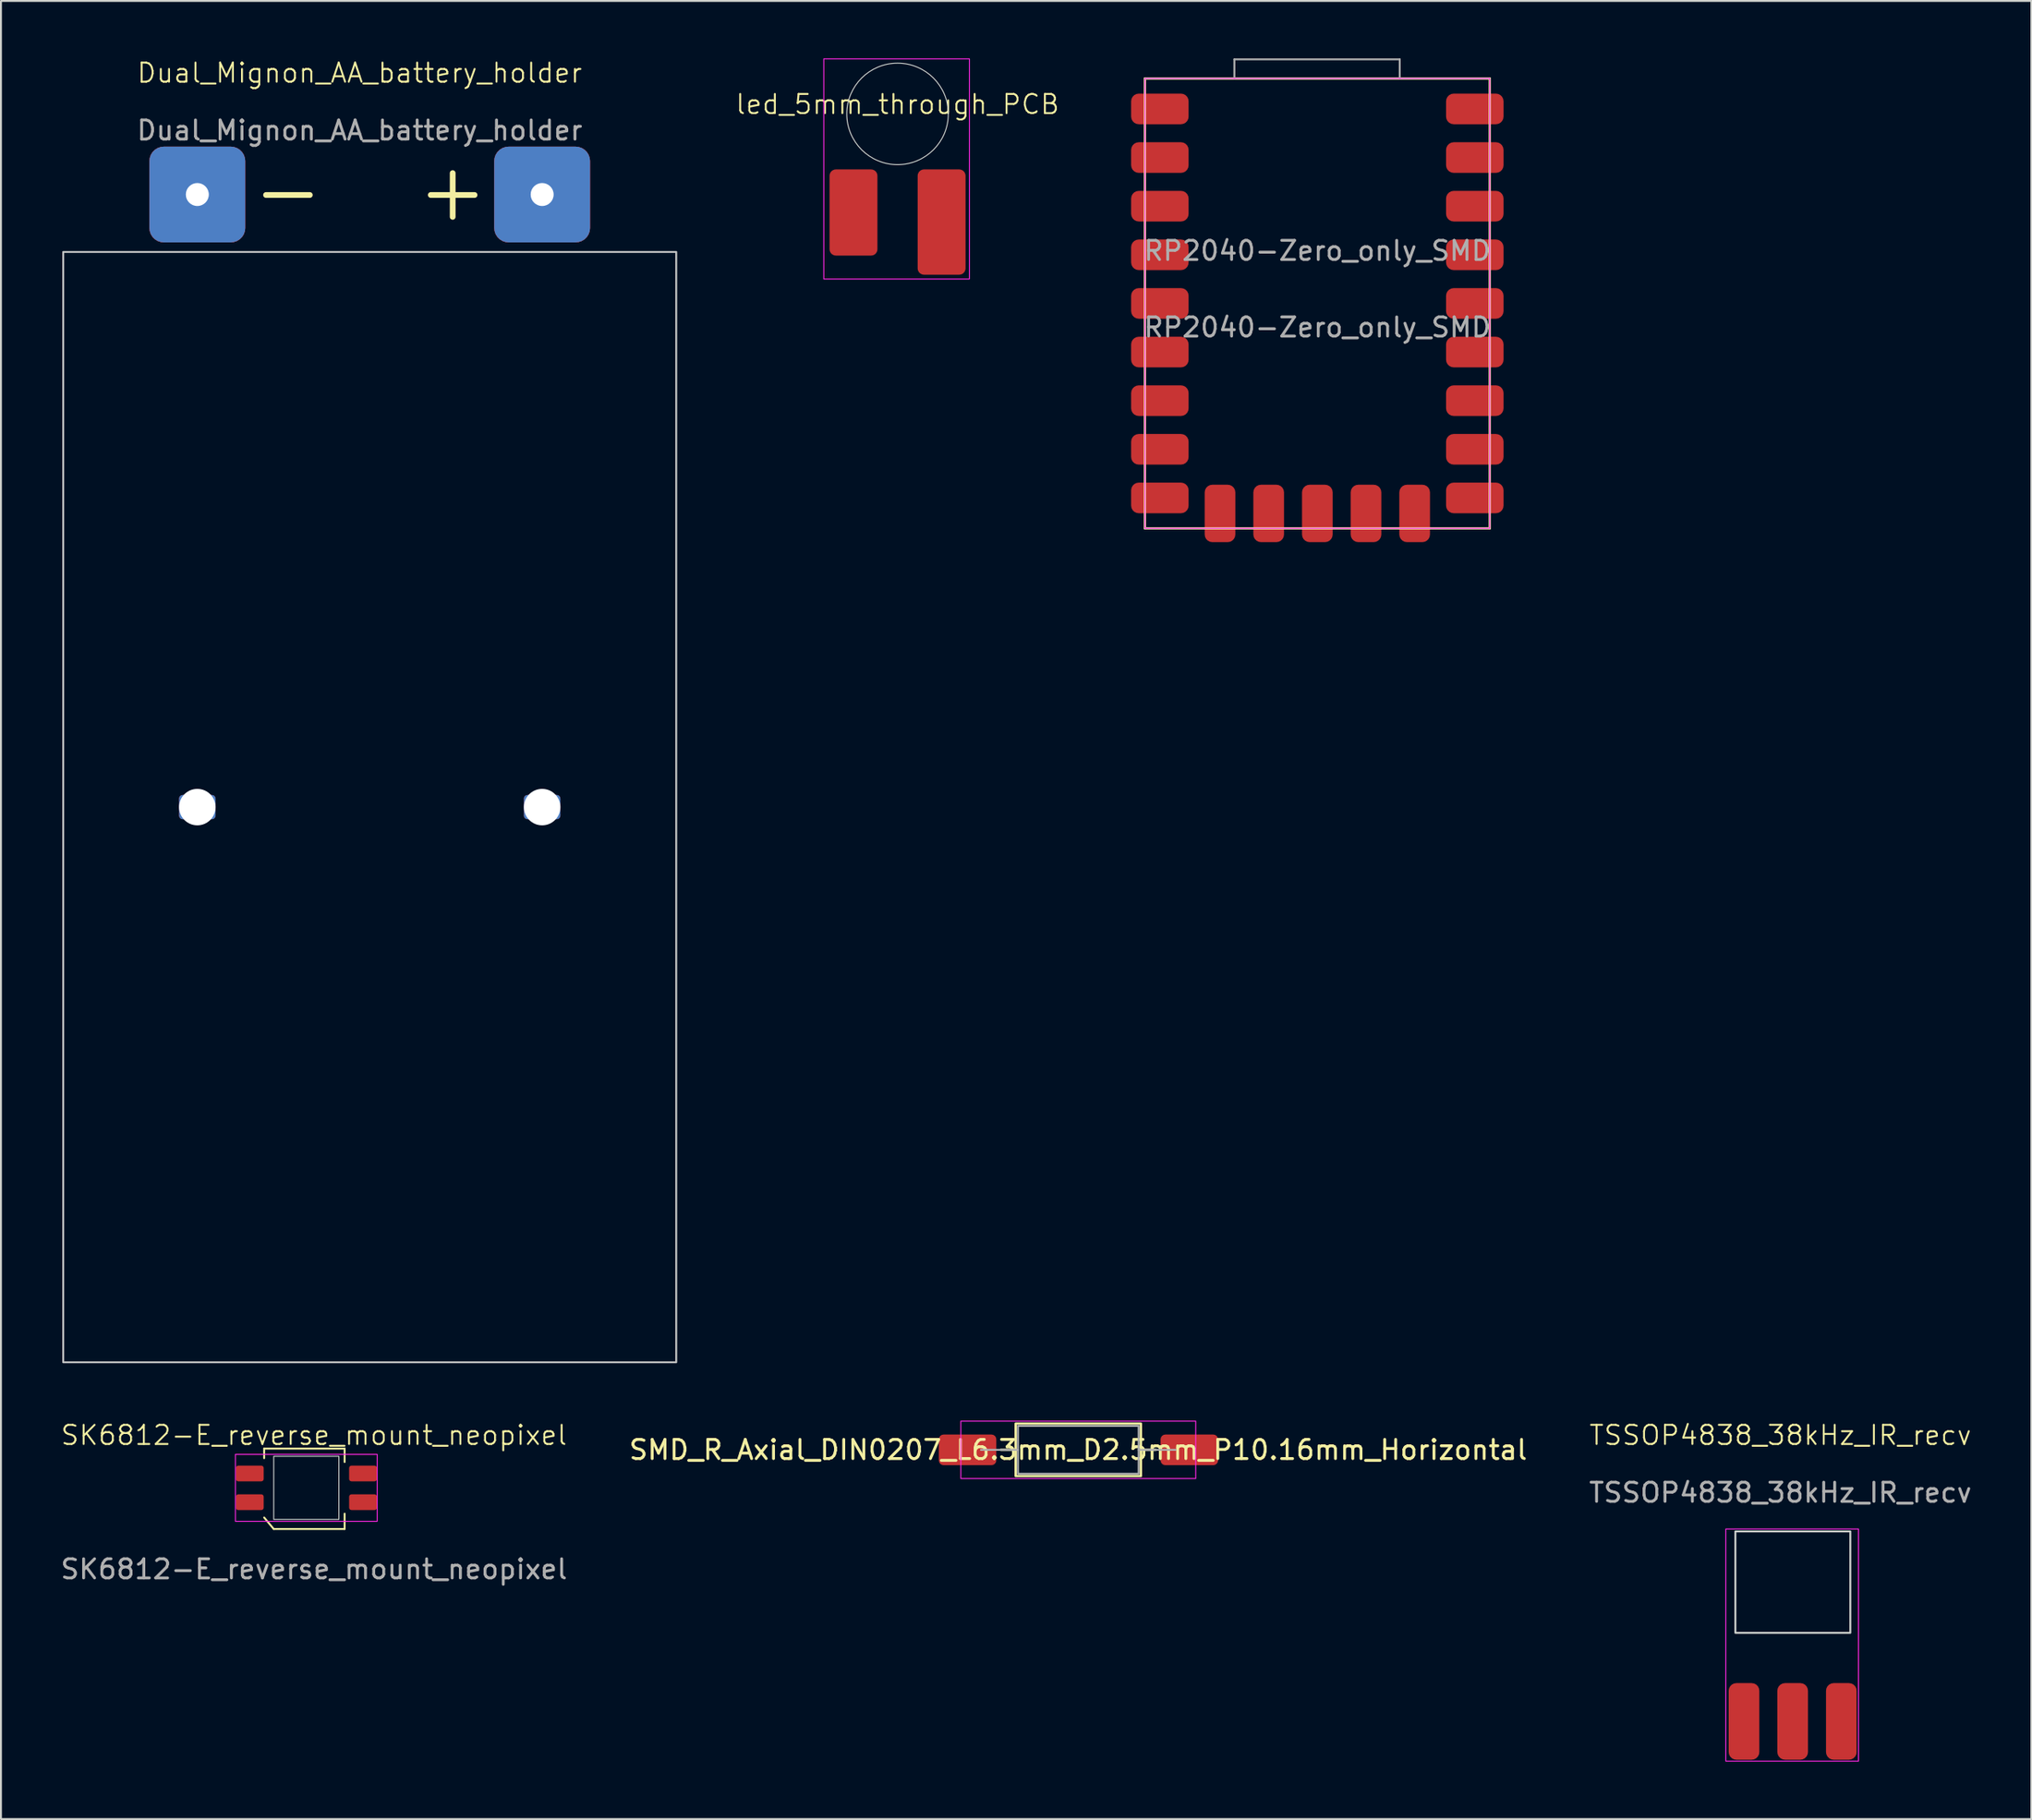
<source format=kicad_pcb>
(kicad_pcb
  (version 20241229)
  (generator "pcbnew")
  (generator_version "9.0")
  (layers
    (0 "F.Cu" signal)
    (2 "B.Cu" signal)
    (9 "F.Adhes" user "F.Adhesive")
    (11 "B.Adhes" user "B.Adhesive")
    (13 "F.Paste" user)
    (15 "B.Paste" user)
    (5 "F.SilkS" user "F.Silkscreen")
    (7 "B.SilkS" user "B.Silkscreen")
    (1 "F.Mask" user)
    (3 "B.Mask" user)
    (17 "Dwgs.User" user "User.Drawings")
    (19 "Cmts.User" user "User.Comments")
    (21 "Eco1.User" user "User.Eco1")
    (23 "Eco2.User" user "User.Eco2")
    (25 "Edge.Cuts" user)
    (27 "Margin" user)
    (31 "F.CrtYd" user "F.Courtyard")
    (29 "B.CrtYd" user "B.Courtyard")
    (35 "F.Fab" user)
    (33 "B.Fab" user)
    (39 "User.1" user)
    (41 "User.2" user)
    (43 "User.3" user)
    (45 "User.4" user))
  (footprint "Dual_Mignon_AA_battery_holder"
    (layer "F.Cu")
    (at 0.25 10.111)
    (property "Reference" "Dual_Mignon_AA_battery_holder" (at 15.475 -9.35 0) (unlocked yes) (layer "F.SilkS") (effects (font (size 1 1) (thickness 0.1))))
    (attr smd)
    (fp_rect (start 0 0) (end 32 58) (stroke (width 0.1) (type default)) (fill no) (layer "Dwgs.User"))
    (fp_text user "+" (at 18.275 -1.45 0) (unlocked yes) (layer "F.SilkS") (effects (font (size 3 3) (thickness 0.3)) (justify left bottom)))
    (fp_text user "-" (at 9.675 -1.45 0) (unlocked yes) (layer "F.SilkS") (effects (font (size 3 3) (thickness 0.3)) (justify left bottom)))
    (fp_text user "${REFERENCE}" (at 15.475 -6.35 0) (unlocked yes) (layer "F.Fab") (effects (font (size 1 1) (thickness 0.15))))
    (pad "" np_thru_hole roundrect (at 7 29) (size 1.905 1.27) (drill 3.3) (layers "*.Cu" "*.Mask") (roundrect_rratio 0.15))
    (pad "" np_thru_hole roundrect (at 25 29) (size 1.905 1.27) (drill 3.3) (layers "*.Cu" "*.Mask") (roundrect_rratio 0.15))
    (pad "1" thru_hole roundrect (at 25 -3) (size 5 5) (drill 1.2) (layers "*.Cu" "*.Mask") (roundrect_rratio 0.15))
    (pad "1" smd roundrect (at 25 -3) (size 5 5) (layers "F.Cu" "F.Mask" "F.Paste") (roundrect_rratio 0.15))
    (pad "2" thru_hole roundrect (at 7 -3) (size 5 5) (drill 1.2) (layers "*.Cu" "*.Mask") (roundrect_rratio 0.15))
    (pad "2" smd roundrect (at 7 -3) (size 5 5) (layers "F.Cu" "F.Mask" "F.Paste") (roundrect_rratio 0.15)))
  (footprint "RP2040-Zero_only_SMD"
    (layer "F.Cu")
    (at 55.555 25.5)
    (property "Reference" "RP2040-Zero_only_SMD" (at 10.16 -15.45 0) (unlocked yes) (layer "F.Fab") (effects (font (size 1 1) (thickness 0.15))))
    (attr through_hole)
    (fp_line (start 1.16 -24.45) (end 1.16 -0.95) (stroke (width 0.12) (type solid)) (layer "F.SilkS"))
    (fp_line (start 1.16 -0.95) (end 19.16 -0.95) (stroke (width 0.12) (type solid)) (layer "F.SilkS"))
    (fp_line (start 19.16 -24.45) (end 1.16 -24.45) (stroke (width 0.12) (type solid)) (layer "F.SilkS"))
    (fp_line (start 19.16 -0.95) (end 19.16 -24.45) (stroke (width 0.12) (type solid)) (layer "F.SilkS"))
    (fp_line (start 1.16 -24.45) (end 19.16 -24.45) (stroke (width 0.05) (type solid)) (layer "F.CrtYd"))
    (fp_line (start 1.16 -0.95) (end 1.16 -24.45) (stroke (width 0.05) (type solid)) (layer "F.CrtYd"))
    (fp_line (start 19.16 -24.45) (end 19.16 -0.95) (stroke (width 0.05) (type solid)) (layer "F.CrtYd"))
    (fp_line (start 19.16 -0.95) (end 1.16 -0.95) (stroke (width 0.05) (type solid)) (layer "F.CrtYd"))
    (fp_line (start 5.83 -25.45) (end 5.83 -24.45) (stroke (width 0.1) (type solid)) (layer "F.Fab"))
    (fp_line (start 5.83 -25.45) (end 14.46 -25.45) (stroke (width 0.1) (type solid)) (layer "F.Fab"))
    (fp_line (start 14.46 -25.45) (end 14.46 -24.45) (stroke (width 0.1) (type solid)) (layer "F.Fab"))
    (fp_text user "${REFERENCE}" (at 10.16 -11.45 0) (unlocked yes) (layer "F.Fab") (effects (font (size 1 1) (thickness 0.15))))
    (pad "1" smd roundrect (at 17.78 -22.86) (size 3 1.6) (drill (offset 0.6 0)) (layers "F.Cu" "F.Mask" "F.Paste") (roundrect_rratio 0.25))
    (pad "2" smd roundrect (at 17.78 -20.32) (size 3 1.6) (drill (offset 0.6 0)) (layers "F.Cu" "F.Mask" "F.Paste") (roundrect_rratio 0.25))
    (pad "3" smd roundrect (at 17.78 -17.78) (size 3 1.6) (drill (offset 0.6 0)) (layers "F.Cu" "F.Mask" "F.Paste") (roundrect_rratio 0.25))
    (pad "4" smd roundrect (at 17.78 -15.24) (size 3 1.6) (drill (offset 0.6 0)) (layers "F.Cu" "F.Mask" "F.Paste") (roundrect_rratio 0.25))
    (pad "5" smd roundrect (at 17.78 -12.7) (size 3 1.6) (drill (offset 0.6 0)) (layers "F.Cu" "F.Mask" "F.Paste") (roundrect_rratio 0.25))
    (pad "6" smd roundrect (at 17.78 -10.16) (size 3 1.6) (drill (offset 0.6 0)) (layers "F.Cu" "F.Mask" "F.Paste") (roundrect_rratio 0.25))
    (pad "7" smd roundrect (at 17.78 -7.62) (size 3 1.6) (drill (offset 0.6 0)) (layers "F.Cu" "F.Mask" "F.Paste") (roundrect_rratio 0.25))
    (pad "8" smd roundrect (at 17.78 -5.08) (size 3 1.6) (drill (offset 0.6 0)) (layers "F.Cu" "F.Mask" "F.Paste") (roundrect_rratio 0.25))
    (pad "9" smd roundrect (at 17.78 -2.54) (size 3 1.6) (drill (offset 0.6 0)) (layers "F.Cu" "F.Mask" "F.Paste") (roundrect_rratio 0.25))
    (pad "10" smd roundrect (at 15.24 -2.33) (size 1.6 3) (drill (offset 0 0.6)) (layers "F.Cu" "F.Mask" "F.Paste") (roundrect_rratio 0.25))
    (pad "11" smd roundrect (at 12.7 -2.33) (size 1.6 3) (drill (offset 0 0.6)) (layers "F.Cu" "F.Mask" "F.Paste") (roundrect_rratio 0.25))
    (pad "12" smd roundrect (at 10.16 -2.33) (size 1.6 3) (drill (offset 0 0.6)) (layers "F.Cu" "F.Mask" "F.Paste") (roundrect_rratio 0.25))
    (pad "13" smd roundrect (at 7.62 -2.33) (size 1.6 3) (drill (offset 0 0.6)) (layers "F.Cu" "F.Mask" "F.Paste") (roundrect_rratio 0.25))
    (pad "14" smd roundrect (at 5.08 -2.33) (size 1.6 3) (drill (offset 0 0.6)) (layers "F.Cu" "F.Mask" "F.Paste") (roundrect_rratio 0.25))
    (pad "15" smd roundrect (at 2.54 -2.54) (size 3 1.6) (drill (offset -0.6 0)) (layers "F.Cu" "F.Mask" "F.Paste") (roundrect_rratio 0.25))
    (pad "16" smd roundrect (at 2.54 -5.08) (size 3 1.6) (drill (offset -0.6 0)) (layers "F.Cu" "F.Mask" "F.Paste") (roundrect_rratio 0.25))
    (pad "17" smd roundrect (at 2.54 -7.62) (size 3 1.6) (drill (offset -0.6 0)) (layers "F.Cu" "F.Mask" "F.Paste") (roundrect_rratio 0.25))
    (pad "18" smd roundrect (at 2.54 -10.16) (size 3 1.6) (drill (offset -0.6 0)) (layers "F.Cu" "F.Mask" "F.Paste") (roundrect_rratio 0.25))
    (pad "19" smd roundrect (at 2.54 -12.7) (size 3 1.6) (drill (offset -0.6 0)) (layers "F.Cu" "F.Mask" "F.Paste") (roundrect_rratio 0.25))
    (pad "20" smd roundrect (at 2.54 -15.24) (size 3 1.6) (drill (offset -0.6 0)) (layers "F.Cu" "F.Mask" "F.Paste") (roundrect_rratio 0.25))
    (pad "21" smd roundrect (at 2.54 -17.78) (size 3 1.6) (drill (offset -0.6 0)) (layers "F.Cu" "F.Mask" "F.Paste") (roundrect_rratio 0.25))
    (pad "22" smd roundrect (at 2.54 -20.32) (size 3 1.6) (drill (offset -0.6 0)) (layers "F.Cu" "F.Mask" "F.Paste") (roundrect_rratio 0.25))
    (pad "23" smd roundrect (at 2.54 -22.86) (size 3 1.6) (drill (offset -0.6 0)) (layers "F.Cu" "F.Mask" "F.Paste") (roundrect_rratio 0.25)))
  (footprint "TSSOP4838_38kHz_IR_recv"
    (layer "F.Cu")
    (at 87.537 76.946)
    (property "Reference" "TSSOP4838_38kHz_IR_recv" (at 2.35 -5.025 0) (unlocked yes) (layer "F.SilkS") (effects (font (size 1 1) (thickness 0.1))))
    (attr smd)
    (fp_rect (start 0 0) (end 6 5.3) (stroke (width 0.1) (type solid)) (fill no) (layer "Edge.Cuts"))
    (fp_rect (start -0.5 -0.125) (end 6.425 12) (stroke (width 0.05) (type default)) (fill no) (layer "F.CrtYd"))
    (fp_text user "${REFERENCE}" (at 2.35 -2.025 0) (unlocked yes) (layer "F.Fab") (effects (font (size 1 1) (thickness 0.15))))
    (pad "1" smd roundrect (at 0.45 9.925 90) (size 4 1.6) (layers "F.Cu" "F.Mask" "F.Paste") (roundrect_rratio 0.25))
    (pad "2" smd roundrect (at 2.99 9.925 90) (size 4 1.6) (layers "F.Cu" "F.Mask" "F.Paste") (roundrect_rratio 0.25))
    (pad "3" smd roundrect (at 5.53 9.925 90) (size 4 1.6) (layers "F.Cu" "F.Mask" "F.Paste") (roundrect_rratio 0.25)))
  (footprint "led_5mm_through_PCB"
    (layer "F.Cu")
    (at 43.802 2.9)
    (property "Reference" "led_5mm_through_PCB" (at 0 -0.5 0) (unlocked yes) (layer "F.SilkS") (effects (font (size 1 1) (thickness 0.1))))
    (attr smd)
    (fp_circle (center 0 0) (end 2.65 0) (stroke (width 0.05) (type default)) (fill no) (layer "Edge.Cuts"))
    (fp_rect (start -3.85 -2.875) (end 3.75 8.625) (stroke (width 0.05) (type default)) (fill no) (layer "F.CrtYd"))
    (pad "1" smd roundrect (at -2.3 5.15 90) (size 4.5 2.5) (layers "F.Cu" "F.Mask" "F.Paste") (roundrect_rratio 0.131))
    (pad "2" smd roundrect (at 2.3 5.65 90) (size 5.5 2.5) (layers "F.Cu" "F.Mask" "F.Paste") (roundrect_rratio 0.131)))
  (footprint "SMD_R_Axial_DIN0207_L6.3mm_D2.5mm_P10.16mm_Horizontal"
    (layer "F.Cu")
    (at 48.157 72.686)
    (property "Reference" "SMD_R_Axial_DIN0207_L6.3mm_D2.5mm_P10.16mm_Horizontal" (at 5.075 0 0) (layer "F.SilkS") (effects (font (size 1 1) (thickness 0.15))))
    (attr smd)
    (fp_line (start 1.04 0) (end 1.81 0) (stroke (width 0.12) (type solid)) (layer "F.SilkS"))
    (fp_line (start 9.12 0) (end 8.35 0) (stroke (width 0.12) (type solid)) (layer "F.SilkS"))
    (fp_rect (start 1.81 -1.37) (end 8.35 1.37) (stroke (width 0.12) (type solid)) (fill no) (layer "F.SilkS"))
    (fp_rect (start -1.05 -1.5) (end 11.21 1.5) (stroke (width 0.05) (type solid)) (fill no) (layer "F.CrtYd"))
    (fp_line (start 0 0) (end 1.93 0) (stroke (width 0.1) (type solid)) (layer "F.Fab"))
    (fp_line (start 10.16 0) (end 8.23 0) (stroke (width 0.1) (type solid)) (layer "F.Fab"))
    (fp_rect (start 1.93 -1.25) (end 8.23 1.25) (stroke (width 0.1) (type solid)) (fill no) (layer "F.Fab"))
    (pad "1" smd roundrect (at -0.7 0) (size 3 1.6) (layers "F.Cu" "F.Mask" "F.Paste") (roundrect_rratio 0.156))
    (pad "2" smd roundrect (at 10.875 0) (size 3 1.6) (layers "F.Cu" "F.Mask" "F.Paste") (roundrect_rratio 0.156)))
  (footprint "SK6812-E_reverse_mount_neopixel"
    (layer "F.Cu")
    (at 11.339 73.921)
    (property "Reference" "SK6812-E_reverse_mount_neopixel" (at 2 -2 0) (unlocked yes) (layer "F.SilkS") (effects (font (size 1 1) (thickness 0.1))))
    (attr smd)
    (fp_line (start -0.6 -1.3) (end -0.6 -0.8) (stroke (width 0.1) (type default)) (layer "F.SilkS"))
    (fp_line (start -0.6 2.3) (end -0.1 2.9) (stroke (width 0.1) (type default)) (layer "F.SilkS"))
    (fp_line (start -0.1 2.9) (end 3.6 2.9) (stroke (width 0.1) (type default)) (layer "F.SilkS"))
    (fp_line (start 3.6 -1.3) (end -0.6 -1.3) (stroke (width 0.1) (type default)) (layer "F.SilkS"))
    (fp_line (start 3.6 -0.6) (end 3.6 -1.3) (stroke (width 0.1) (type default)) (layer "F.SilkS"))
    (fp_line (start 3.6 2.9) (end 3.6 2.1) (stroke (width 0.1) (type default)) (layer "F.SilkS"))
    (fp_rect (start -0.1 -0.9) (end 3.3 2.4) (stroke (width 0.05) (type solid)) (fill no) (layer "Edge.Cuts"))
    (fp_rect (start -2.1 -1) (end 5.3 2.5) (stroke (width 0.05) (type solid)) (fill no) (layer "F.CrtYd"))
    (fp_text user "${REFERENCE}" (at 2 5 0) (unlocked yes) (layer "F.Fab") (effects (font (size 1 1) (thickness 0.15))))
    (pad "1" smd roundrect (at 4.56 0) (size 1.45 0.82) (layers "F.Cu" "F.Mask" "F.Paste") (roundrect_rratio 0.15))
    (pad "2" smd roundrect (at 4.56 1.5) (size 1.45 0.82) (layers "F.Cu" "F.Mask" "F.Paste") (roundrect_rratio 0.15))
    (pad "3" smd roundrect (at -1.35 1.5) (size 1.45 0.82) (layers "F.Cu" "F.Mask" "F.Paste") (roundrect_rratio 0.15))
    (pad "4" smd roundrect (at -1.35 0) (size 1.45 0.82) (layers "F.Cu" "F.Mask" "F.Paste") (roundrect_rratio 0.15)))
  (gr_rect
    (start -3 -3)
    (end 102.988 91.971)
    (stroke (width 0.1) (type default))
    (fill no)
    (layer "Edge.Cuts")))
</source>
